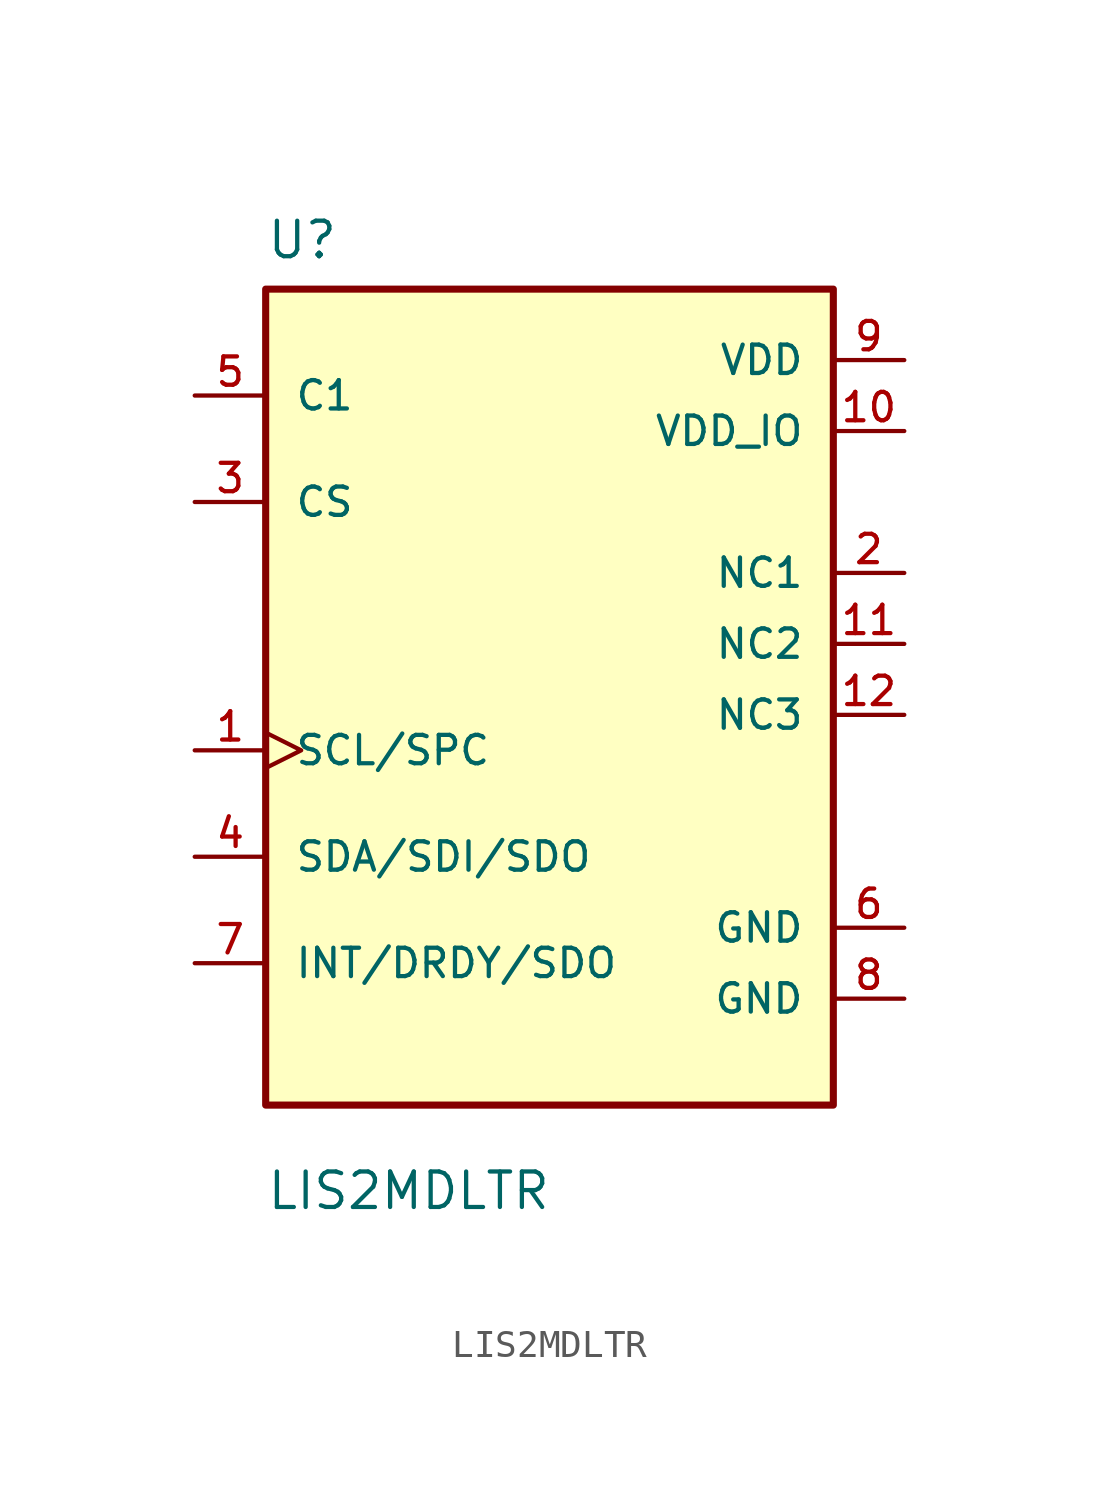
<source format=kicad_sym>
(kicad_symbol_lib
  (version 20241209)
  (generator "kicad_symbol_editor")
  (generator_version "9.0")
  (symbol "LIS2MDLTR"
    (pin_names
      (offset 1.016))
    (property "Reference" "U"
      (at -15.24 13.716 0)
      (effects (font (size 1.27 1.27)) (justify left bottom)))
    (property "Value" "LIS2MDLTR"
      (at -15.24 -20.32 0)
      (effects (font (size 1.27 1.27)) (justify left bottom)))
    (symbol "LIS2MDLTR_0_0"
      (rectangle (start -15.24 12.7) (end 5.08 -16.51) (stroke (width 0.254) (type default)) (fill (type background)))
      (pin passive line (at -17.78 8.89 0) (length 2.54) (name "C1" (effects (font (size 1.016 1.016)))) (number "5" (effects (font (size 1.016 1.016)))))
      (pin input line (at -17.78 5.08 0) (length 2.54) (name "CS" (effects (font (size 1.016 1.016)))) (number "3" (effects (font (size 1.016 1.016)))))
      (pin input clock (at -17.78 -3.81 0) (length 2.54) (name "SCL/SPC" (effects (font (size 1.016 1.016)))) (number "1" (effects (font (size 1.016 1.016)))))
      (pin bidirectional line (at -17.78 -7.62 0) (length 2.54) (name "SDA/SDI/SDO" (effects (font (size 1.016 1.016)))) (number "4" (effects (font (size 1.016 1.016)))))
      (pin bidirectional line (at -17.78 -11.43 0) (length 2.54) (name "INT/DRDY/SDO" (effects (font (size 1.016 1.016)))) (number "7" (effects (font (size 1.016 1.016)))))
      (pin power_in line (at 7.62 10.16 180) (length 2.54) (name "VDD" (effects (font (size 1.016 1.016)))) (number "9" (effects (font (size 1.016 1.016)))))
      (pin power_in line (at 7.62 7.62 180) (length 2.54) (name "VDD_IO" (effects (font (size 1.016 1.016)))) (number "10" (effects (font (size 1.016 1.016)))))
      (pin passive line (at 7.62 2.54 180) (length 2.54) (name "NC1" (effects (font (size 1.016 1.016)))) (number "2" (effects (font (size 1.016 1.016)))))
      (pin passive line (at 7.62 0 180) (length 2.54) (name "NC2" (effects (font (size 1.016 1.016)))) (number "11" (effects (font (size 1.016 1.016)))))
      (pin passive line (at 7.62 -2.54 180) (length 2.54) (name "NC3" (effects (font (size 1.016 1.016)))) (number "12" (effects (font (size 1.016 1.016)))))
      (pin power_in line (at 7.62 -10.16 180) (length 2.54) (name "GND" (effects (font (size 1.016 1.016)))) (number "6" (effects (font (size 1.016 1.016))))))
    (symbol "LIS2MDLTR_1_0"
      (pin power_in line (at 7.62 -12.7 180) (length 2.54) (name "GND" (effects (font (size 1.016 1.016)))) (number "8" (effects (font (size 1.016 1.016))))))))
</source>
